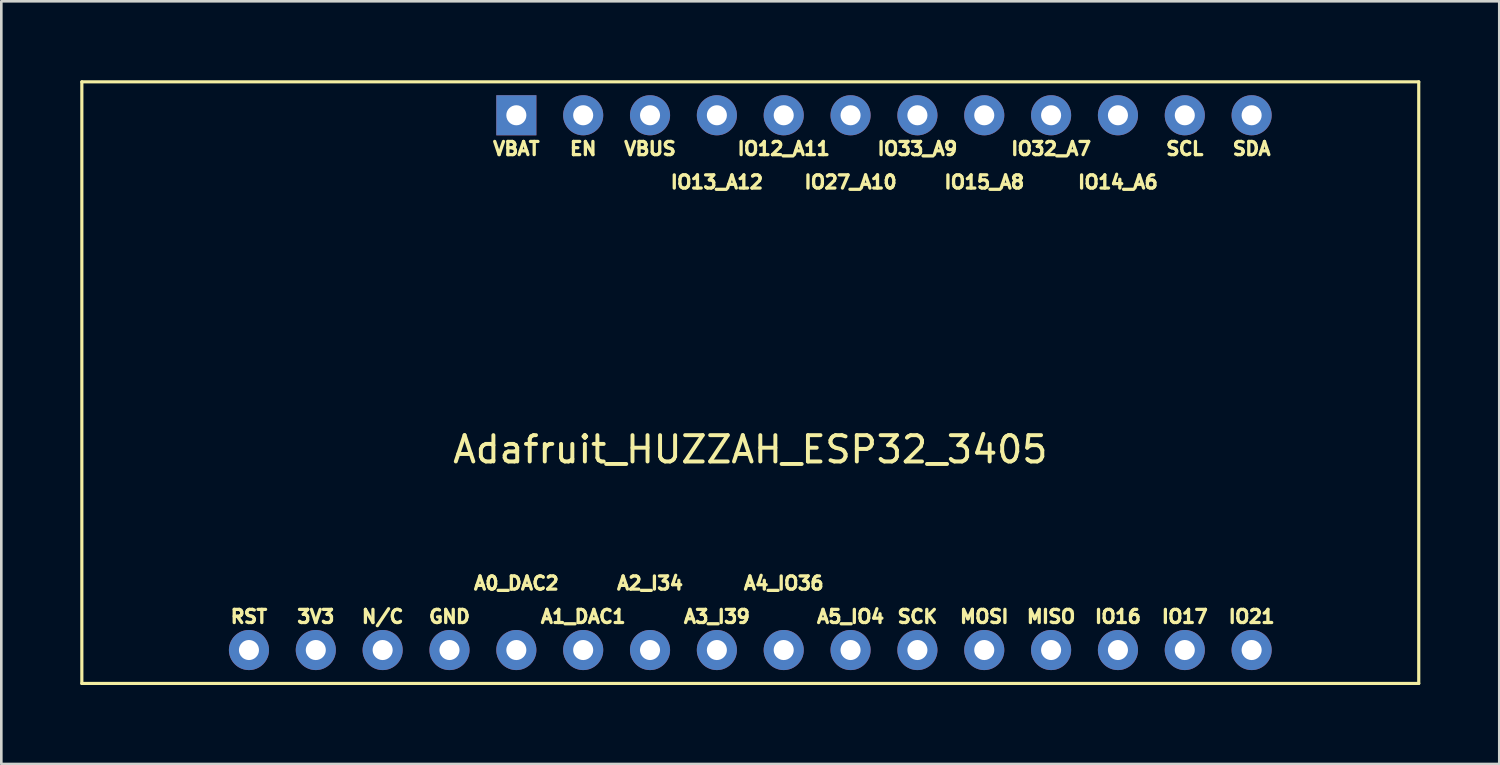
<source format=kicad_pcb>
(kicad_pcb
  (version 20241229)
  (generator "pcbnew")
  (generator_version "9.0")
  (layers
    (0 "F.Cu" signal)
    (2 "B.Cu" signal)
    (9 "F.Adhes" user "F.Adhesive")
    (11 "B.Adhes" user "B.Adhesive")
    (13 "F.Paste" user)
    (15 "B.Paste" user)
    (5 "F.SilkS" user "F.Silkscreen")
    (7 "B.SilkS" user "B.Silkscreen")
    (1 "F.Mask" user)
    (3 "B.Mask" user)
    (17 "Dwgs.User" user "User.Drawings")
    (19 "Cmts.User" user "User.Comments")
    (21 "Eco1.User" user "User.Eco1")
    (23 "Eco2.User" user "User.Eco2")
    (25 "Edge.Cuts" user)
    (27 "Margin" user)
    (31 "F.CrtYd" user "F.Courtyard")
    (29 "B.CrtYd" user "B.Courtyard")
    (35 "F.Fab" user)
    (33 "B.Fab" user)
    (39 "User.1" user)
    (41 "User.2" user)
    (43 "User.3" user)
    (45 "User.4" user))
  (footprint "Adafruit_HUZZAH_ESP32_3405"
    (layer "F.Cu")
    (at 25.46 11.49)
    (property "Reference" "Adafruit_HUZZAH_ESP32_3405" (at 0 2.54 0) (layer "F.SilkS") (effects (font (size 1 1) (thickness 0.15))))
    (attr through_hole)
    (fp_line (start -25.4 -11.43) (end 25.4 -11.43) (stroke (width 0.12) (type solid)) (layer "F.SilkS"))
    (fp_line (start -25.4 11.43) (end -25.4 -11.43) (stroke (width 0.12) (type solid)) (layer "F.SilkS"))
    (fp_line (start 25.4 -11.43) (end 25.4 11.43) (stroke (width 0.12) (type solid)) (layer "F.SilkS"))
    (fp_line (start 25.4 11.43) (end -25.4 11.43) (stroke (width 0.12) (type solid)) (layer "F.SilkS"))
    (fp_text user "IO32_A7" (at 11.43 -8.89 0) (layer "F.SilkS") (effects (font (size 0.5 0.5) (thickness 0.125))))
    (fp_text user "SCL" (at 16.51 -8.89 0) (layer "F.SilkS") (effects (font (size 0.5 0.5) (thickness 0.125))))
    (fp_text user "IO16" (at 13.97 8.89 0) (layer "F.SilkS") (effects (font (size 0.5 0.5) (thickness 0.125))))
    (fp_text user "EN" (at -6.35 -8.89 0) (layer "F.SilkS") (effects (font (size 0.5 0.5) (thickness 0.125))))
    (fp_text user "IO17" (at 16.51 8.89 0) (layer "F.SilkS") (effects (font (size 0.5 0.5) (thickness 0.125))))
    (fp_text user "MISO" (at 11.43 8.89 0) (layer "F.SilkS") (effects (font (size 0.5 0.5) (thickness 0.125))))
    (fp_text user "A5_IO4" (at 3.81 8.89 0) (layer "F.SilkS") (effects (font (size 0.5 0.5) (thickness 0.125))))
    (fp_text user "IO15_A8" (at 8.89 -7.62 0) (layer "F.SilkS") (effects (font (size 0.5 0.5) (thickness 0.125))))
    (fp_text user "A2_I34" (at -3.81 7.62 0) (layer "F.SilkS") (effects (font (size 0.5 0.5) (thickness 0.125))))
    (fp_text user "SDA" (at 19.05 -8.89 0) (layer "F.SilkS") (effects (font (size 0.5 0.5) (thickness 0.125))))
    (fp_text user "IO21" (at 19.05 8.89 0) (layer "F.SilkS") (effects (font (size 0.5 0.5) (thickness 0.125))))
    (fp_text user "MOSI" (at 8.89 8.89 0) (layer "F.SilkS") (effects (font (size 0.5 0.5) (thickness 0.125))))
    (fp_text user "IO13_A12" (at -1.27 -7.62 0) (layer "F.SilkS") (effects (font (size 0.5 0.5) (thickness 0.125))))
    (fp_text user "A1_DAC1" (at -6.35 8.89 0) (layer "F.SilkS") (effects (font (size 0.5 0.5) (thickness 0.125))))
    (fp_text user "IO33_A9" (at 6.35 -8.89 0) (layer "F.SilkS") (effects (font (size 0.5 0.5) (thickness 0.125))))
    (fp_text user "VBUS" (at -3.81 -8.89 0) (layer "F.SilkS") (effects (font (size 0.5 0.5) (thickness 0.125))))
    (fp_text user "SCK" (at 6.35 8.89 0) (layer "F.SilkS") (effects (font (size 0.5 0.5) (thickness 0.125))))
    (fp_text user "RST" (at -19.05 8.89 0) (layer "F.SilkS") (effects (font (size 0.5 0.5) (thickness 0.125))))
    (fp_text user "A3_I39" (at -1.27 8.89 0) (layer "F.SilkS") (effects (font (size 0.5 0.5) (thickness 0.125))))
    (fp_text user "VBAT" (at -8.89 -8.89 180) (layer "F.SilkS") (effects (font (size 0.5 0.5) (thickness 0.125))))
    (fp_text user "IO12_A11" (at 1.27 -8.89 0) (layer "F.SilkS") (effects (font (size 0.5 0.5) (thickness 0.125))))
    (fp_text user "GND" (at -11.43 8.89 0) (layer "F.SilkS") (effects (font (size 0.5 0.5) (thickness 0.125))))
    (fp_text user "N/C" (at -13.97 8.89 0) (layer "F.SilkS") (effects (font (size 0.5 0.5) (thickness 0.125))))
    (fp_text user "IO14_A6" (at 13.97 -7.62 0) (layer "F.SilkS") (effects (font (size 0.5 0.5) (thickness 0.125))))
    (fp_text user "A4_IO36" (at 1.27 7.62 0) (layer "F.SilkS") (effects (font (size 0.5 0.5) (thickness 0.125))))
    (fp_text user "IO27_A10" (at 3.81 -7.62 0) (layer "F.SilkS") (effects (font (size 0.5 0.5) (thickness 0.125))))
    (fp_text user "3V3" (at -16.51 8.89 0) (layer "F.SilkS") (effects (font (size 0.5 0.5) (thickness 0.125))))
    (fp_text user "A0_DAC2" (at -8.89 7.62 0) (layer "F.SilkS") (effects (font (size 0.5 0.5) (thickness 0.125))))
    (pad "1" thru_hole rect (at -8.89 -10.16) (size 1.524 1.524) (drill 0.762) (layers "*.Cu" "*.Mask"))
    (pad "2" thru_hole circle (at -6.35 -10.16) (size 1.524 1.524) (drill 0.762) (layers "*.Cu" "*.Mask"))
    (pad "3" thru_hole circle (at -3.81 -10.16) (size 1.524 1.524) (drill 0.762) (layers "*.Cu" "*.Mask"))
    (pad "4" thru_hole circle (at -1.27 -10.16) (size 1.524 1.524) (drill 0.762) (layers "*.Cu" "*.Mask"))
    (pad "5" thru_hole circle (at 1.27 -10.16) (size 1.524 1.524) (drill 0.762) (layers "*.Cu" "*.Mask"))
    (pad "6" thru_hole circle (at 3.81 -10.16) (size 1.524 1.524) (drill 0.762) (layers "*.Cu" "*.Mask"))
    (pad "7" thru_hole circle (at 6.35 -10.16) (size 1.524 1.524) (drill 0.762) (layers "*.Cu" "*.Mask"))
    (pad "8" thru_hole circle (at 8.89 -10.16) (size 1.524 1.524) (drill 0.762) (layers "*.Cu" "*.Mask"))
    (pad "9" thru_hole circle (at 11.43 -10.16) (size 1.524 1.524) (drill 0.762) (layers "*.Cu" "*.Mask"))
    (pad "10" thru_hole circle (at 13.97 -10.16) (size 1.524 1.524) (drill 0.762) (layers "*.Cu" "*.Mask"))
    (pad "11" thru_hole circle (at 16.51 -10.16) (size 1.524 1.524) (drill 0.762) (layers "*.Cu" "*.Mask"))
    (pad "12" thru_hole circle (at 19.05 -10.16) (size 1.524 1.524) (drill 0.762) (layers "*.Cu" "*.Mask"))
    (pad "13" thru_hole circle (at -19.05 10.16) (size 1.524 1.524) (drill 0.762) (layers "*.Cu" "*.Mask"))
    (pad "14" thru_hole circle (at -16.51 10.16) (size 1.524 1.524) (drill 0.762) (layers "*.Cu" "*.Mask"))
    (pad "15" thru_hole circle (at -13.97 10.16) (size 1.524 1.524) (drill 0.762) (layers "*.Cu" "*.Mask"))
    (pad "16" thru_hole circle (at -11.43 10.16) (size 1.524 1.524) (drill 0.762) (layers "*.Cu" "*.Mask"))
    (pad "17" thru_hole circle (at -8.89 10.16) (size 1.524 1.524) (drill 0.762) (layers "*.Cu" "*.Mask"))
    (pad "18" thru_hole circle (at -6.35 10.16) (size 1.524 1.524) (drill 0.762) (layers "*.Cu" "*.Mask"))
    (pad "19" thru_hole circle (at -3.81 10.16) (size 1.524 1.524) (drill 0.762) (layers "*.Cu" "*.Mask"))
    (pad "20" thru_hole circle (at -1.27 10.16) (size 1.524 1.524) (drill 0.762) (layers "*.Cu" "*.Mask"))
    (pad "21" thru_hole circle (at 1.27 10.16) (size 1.524 1.524) (drill 0.762) (layers "*.Cu" "*.Mask"))
    (pad "22" thru_hole circle (at 3.81 10.16) (size 1.524 1.524) (drill 0.762) (layers "*.Cu" "*.Mask"))
    (pad "23" thru_hole circle (at 6.35 10.16) (size 1.524 1.524) (drill 0.762) (layers "*.Cu" "*.Mask"))
    (pad "24" thru_hole circle (at 8.89 10.16) (size 1.524 1.524) (drill 0.762) (layers "*.Cu" "*.Mask"))
    (pad "25" thru_hole circle (at 11.43 10.16) (size 1.524 1.524) (drill 0.762) (layers "*.Cu" "*.Mask"))
    (pad "26" thru_hole circle (at 13.97 10.16) (size 1.524 1.524) (drill 0.762) (layers "*.Cu" "*.Mask"))
    (pad "27" thru_hole circle (at 16.51 10.16) (size 1.524 1.524) (drill 0.762) (layers "*.Cu" "*.Mask"))
    (pad "28" thru_hole circle (at 19.05 10.16) (size 1.524 1.524) (drill 0.762) (layers "*.Cu" "*.Mask")))
  (gr_rect
    (start -3 -3)
    (end 53.92 25.98)
    (stroke (width 0.1) (type default))
    (fill no)
    (layer "Edge.Cuts")))
</source>
